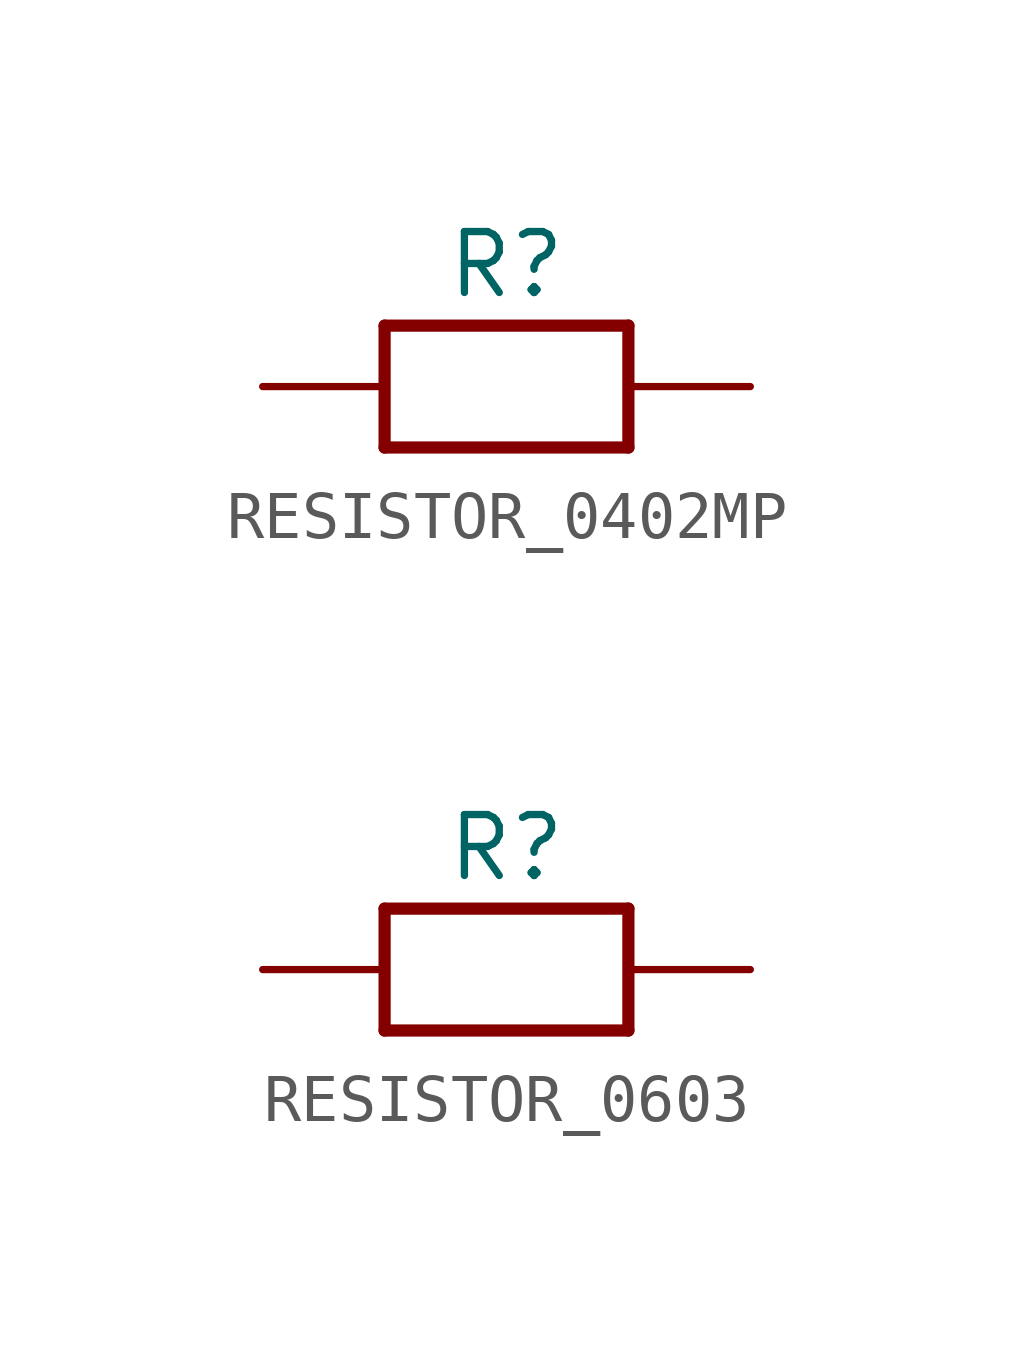
<source format=kicad_sym>
(kicad_symbol_lib
  (version 20231120)
  (generator "kicad_symbol_editor")
  (generator_version "8.0")
  (symbol "RESISTOR_0402MP"
    (property "Reference" "R"
      (at 0 2.54 0)
      (effects (font (size 1.27 1.27))))
    (property "Value" ""
      (at 0 0 0)
      (effects (font (size 1.016 1.016) (bold yes))))
    (property "ki_locked" ""
      (at 0 0 0)
      (effects (font (size 1.27 1.27))))
    (symbol "RESISTOR_0402MP_1_0"
      (polyline (pts (xy -2.54 -1.27) (xy -2.54 1.27)) (stroke (width 0.254) (type solid)) (fill (type none)))
      (polyline (pts (xy -2.54 1.27) (xy 2.54 1.27)) (stroke (width 0.254) (type solid)) (fill (type none)))
      (polyline (pts (xy 2.54 -1.27) (xy -2.54 -1.27)) (stroke (width 0.254) (type solid)) (fill (type none)))
      (polyline (pts (xy 2.54 1.27) (xy 2.54 -1.27)) (stroke (width 0.254) (type solid)) (fill (type none)))
      (pin passive line (at -5.08 0 0) (length 2.54) (name "1" (effects (font (size 0 0)))) (number "1" (effects (font (size 0 0)))))
      (pin passive line (at 5.08 0 180) (length 2.54) (name "2" (effects (font (size 0 0)))) (number "2" (effects (font (size 0 0)))))))
  (symbol "RESISTOR_0603"
    (property "Reference" "R"
      (at 0 2.54 0)
      (effects (font (size 1.27 1.27))))
    (property "Value" ""
      (at 0 0 0)
      (effects (font (size 1.016 1.016) (bold yes))))
    (property "ki_locked" ""
      (at 0 0 0)
      (effects (font (size 1.27 1.27))))
    (symbol "RESISTOR_0603_1_0"
      (polyline (pts (xy -2.54 -1.27) (xy -2.54 1.27)) (stroke (width 0.254) (type solid)) (fill (type none)))
      (polyline (pts (xy -2.54 1.27) (xy 2.54 1.27)) (stroke (width 0.254) (type solid)) (fill (type none)))
      (polyline (pts (xy 2.54 -1.27) (xy -2.54 -1.27)) (stroke (width 0.254) (type solid)) (fill (type none)))
      (polyline (pts (xy 2.54 1.27) (xy 2.54 -1.27)) (stroke (width 0.254) (type solid)) (fill (type none)))
      (pin passive line (at -5.08 0 0) (length 2.54) (name "1" (effects (font (size 0 0)))) (number "1" (effects (font (size 0 0)))))
      (pin passive line (at 5.08 0 180) (length 2.54) (name "2" (effects (font (size 0 0)))) (number "2" (effects (font (size 0 0))))))))
</source>
